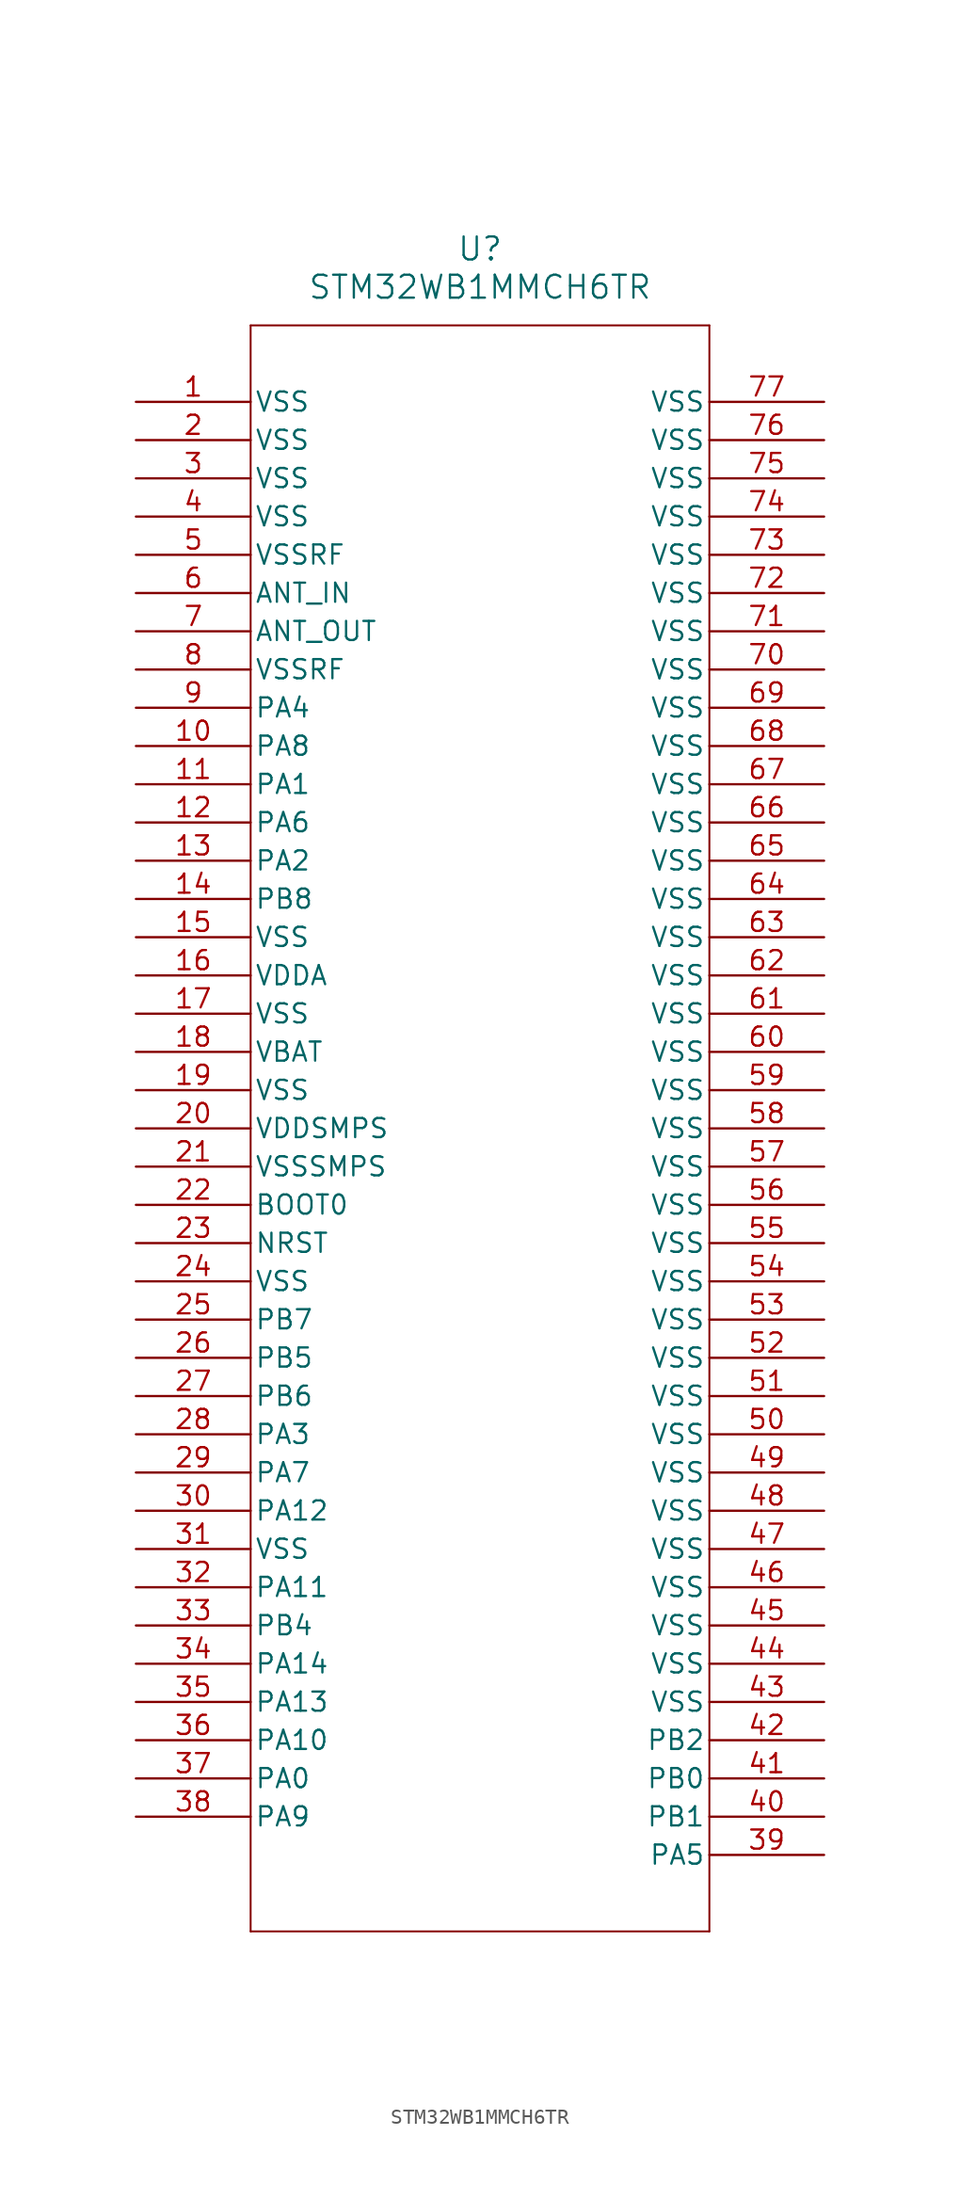
<source format=kicad_sym>
(kicad_symbol_lib
  (version 20211014)
  (generator kicad_symbol_editor)
  (symbol "STM32WB1MMCH6TR"
    (pin_names
      (offset 0.254))
    (property "Reference" "U"
      (at 22.86 10.16 0)
      (effects (font (size 1.524 1.524))))
    (property "Value" "STM32WB1MMCH6TR"
      (at 22.86 7.62 0)
      (effects (font (size 1.524 1.524))))
    (symbol "STM32WB1MMCH6TR_0_1"
      (polyline (pts (xy 7.62 5.08) (xy 7.62 -101.6)) (stroke (width 0.127) (type default) (color 0 0 0 0)) (fill (type none)))
      (polyline (pts (xy 7.62 -101.6) (xy 38.1 -101.6)) (stroke (width 0.127) (type default) (color 0 0 0 0)) (fill (type none)))
      (polyline (pts (xy 38.1 -101.6) (xy 38.1 5.08)) (stroke (width 0.127) (type default) (color 0 0 0 0)) (fill (type none)))
      (polyline (pts (xy 38.1 5.08) (xy 7.62 5.08)) (stroke (width 0.127) (type default) (color 0 0 0 0)) (fill (type none)))
      (pin power_in line (at 0 0 0) (length 7.62) (name "VSS" (effects (font (size 1.27 1.27)))) (number "1" (effects (font (size 1.27 1.27)))))
      (pin power_in line (at 0 -2.54 0) (length 7.62) (name "VSS" (effects (font (size 1.27 1.27)))) (number "2" (effects (font (size 1.27 1.27)))))
      (pin power_in line (at 0 -5.08 0) (length 7.62) (name "VSS" (effects (font (size 1.27 1.27)))) (number "3" (effects (font (size 1.27 1.27)))))
      (pin power_in line (at 0 -7.62 0) (length 7.62) (name "VSS" (effects (font (size 1.27 1.27)))) (number "4" (effects (font (size 1.27 1.27)))))
      (pin power_in line (at 0 -10.16 0) (length 7.62) (name "VSSRF" (effects (font (size 1.27 1.27)))) (number "5" (effects (font (size 1.27 1.27)))))
      (pin input line (at 0 -12.7 0) (length 7.62) (name "ANT_IN" (effects (font (size 1.27 1.27)))) (number "6" (effects (font (size 1.27 1.27)))))
      (pin output line (at 0 -15.24 0) (length 7.62) (name "ANT_OUT" (effects (font (size 1.27 1.27)))) (number "7" (effects (font (size 1.27 1.27)))))
      (pin power_in line (at 0 -17.78 0) (length 7.62) (name "VSSRF" (effects (font (size 1.27 1.27)))) (number "8" (effects (font (size 1.27 1.27)))))
      (pin bidirectional line (at 0 -20.32 0) (length 7.62) (name "PA4" (effects (font (size 1.27 1.27)))) (number "9" (effects (font (size 1.27 1.27)))))
      (pin bidirectional line (at 0 -22.86 0) (length 7.62) (name "PA8" (effects (font (size 1.27 1.27)))) (number "10" (effects (font (size 1.27 1.27)))))
      (pin bidirectional line (at 0 -25.4 0) (length 7.62) (name "PA1" (effects (font (size 1.27 1.27)))) (number "11" (effects (font (size 1.27 1.27)))))
      (pin bidirectional line (at 0 -27.94 0) (length 7.62) (name "PA6" (effects (font (size 1.27 1.27)))) (number "12" (effects (font (size 1.27 1.27)))))
      (pin bidirectional line (at 0 -30.48 0) (length 7.62) (name "PA2" (effects (font (size 1.27 1.27)))) (number "13" (effects (font (size 1.27 1.27)))))
      (pin bidirectional line (at 0 -33.02 0) (length 7.62) (name "PB8" (effects (font (size 1.27 1.27)))) (number "14" (effects (font (size 1.27 1.27)))))
      (pin power_in line (at 0 -35.56 0) (length 7.62) (name "VSS" (effects (font (size 1.27 1.27)))) (number "15" (effects (font (size 1.27 1.27)))))
      (pin power_in line (at 0 -38.1 0) (length 7.62) (name "VDDA" (effects (font (size 1.27 1.27)))) (number "16" (effects (font (size 1.27 1.27)))))
      (pin power_in line (at 0 -40.64 0) (length 7.62) (name "VSS" (effects (font (size 1.27 1.27)))) (number "17" (effects (font (size 1.27 1.27)))))
      (pin power_in line (at 0 -43.18 0) (length 7.62) (name "VBAT" (effects (font (size 1.27 1.27)))) (number "18" (effects (font (size 1.27 1.27)))))
      (pin power_in line (at 0 -45.72 0) (length 7.62) (name "VSS" (effects (font (size 1.27 1.27)))) (number "19" (effects (font (size 1.27 1.27)))))
      (pin power_in line (at 0 -48.26 0) (length 7.62) (name "VDDSMPS" (effects (font (size 1.27 1.27)))) (number "20" (effects (font (size 1.27 1.27)))))
      (pin power_in line (at 0 -50.8 0) (length 7.62) (name "VSSSMPS" (effects (font (size 1.27 1.27)))) (number "21" (effects (font (size 1.27 1.27)))))
      (pin input line (at 0 -53.34 0) (length 7.62) (name "BOOT0" (effects (font (size 1.27 1.27)))) (number "22" (effects (font (size 1.27 1.27)))))
      (pin bidirectional line (at 0 -55.88 0) (length 7.62) (name "NRST" (effects (font (size 1.27 1.27)))) (number "23" (effects (font (size 1.27 1.27)))))
      (pin power_in line (at 0 -58.42 0) (length 7.62) (name "VSS" (effects (font (size 1.27 1.27)))) (number "24" (effects (font (size 1.27 1.27)))))
      (pin bidirectional line (at 0 -60.96 0) (length 7.62) (name "PB7" (effects (font (size 1.27 1.27)))) (number "25" (effects (font (size 1.27 1.27)))))
      (pin bidirectional line (at 0 -63.5 0) (length 7.62) (name "PB5" (effects (font (size 1.27 1.27)))) (number "26" (effects (font (size 1.27 1.27)))))
      (pin bidirectional line (at 0 -66.04 0) (length 7.62) (name "PB6" (effects (font (size 1.27 1.27)))) (number "27" (effects (font (size 1.27 1.27)))))
      (pin bidirectional line (at 0 -68.58 0) (length 7.62) (name "PA3" (effects (font (size 1.27 1.27)))) (number "28" (effects (font (size 1.27 1.27)))))
      (pin bidirectional line (at 0 -71.12 0) (length 7.62) (name "PA7" (effects (font (size 1.27 1.27)))) (number "29" (effects (font (size 1.27 1.27)))))
      (pin bidirectional line (at 0 -73.66 0) (length 7.62) (name "PA12" (effects (font (size 1.27 1.27)))) (number "30" (effects (font (size 1.27 1.27)))))
      (pin power_in line (at 0 -76.2 0) (length 7.62) (name "VSS" (effects (font (size 1.27 1.27)))) (number "31" (effects (font (size 1.27 1.27)))))
      (pin bidirectional line (at 0 -78.74 0) (length 7.62) (name "PA11" (effects (font (size 1.27 1.27)))) (number "32" (effects (font (size 1.27 1.27)))))
      (pin bidirectional line (at 0 -81.28 0) (length 7.62) (name "PB4" (effects (font (size 1.27 1.27)))) (number "33" (effects (font (size 1.27 1.27)))))
      (pin bidirectional line (at 0 -83.82 0) (length 7.62) (name "PA14" (effects (font (size 1.27 1.27)))) (number "34" (effects (font (size 1.27 1.27)))))
      (pin bidirectional line (at 0 -86.36 0) (length 7.62) (name "PA13" (effects (font (size 1.27 1.27)))) (number "35" (effects (font (size 1.27 1.27)))))
      (pin bidirectional line (at 0 -88.9 0) (length 7.62) (name "PA10" (effects (font (size 1.27 1.27)))) (number "36" (effects (font (size 1.27 1.27)))))
      (pin bidirectional line (at 0 -91.44 0) (length 7.62) (name "PA0" (effects (font (size 1.27 1.27)))) (number "37" (effects (font (size 1.27 1.27)))))
      (pin bidirectional line (at 0 -93.98 0) (length 7.62) (name "PA9" (effects (font (size 1.27 1.27)))) (number "38" (effects (font (size 1.27 1.27)))))
      (pin bidirectional line (at 45.72 -96.52 180) (length 7.62) (name "PA5" (effects (font (size 1.27 1.27)))) (number "39" (effects (font (size 1.27 1.27)))))
      (pin bidirectional line (at 45.72 -93.98 180) (length 7.62) (name "PB1" (effects (font (size 1.27 1.27)))) (number "40" (effects (font (size 1.27 1.27)))))
      (pin bidirectional line (at 45.72 -91.44 180) (length 7.62) (name "PB0" (effects (font (size 1.27 1.27)))) (number "41" (effects (font (size 1.27 1.27)))))
      (pin bidirectional line (at 45.72 -88.9 180) (length 7.62) (name "PB2" (effects (font (size 1.27 1.27)))) (number "42" (effects (font (size 1.27 1.27)))))
      (pin power_in line (at 45.72 -86.36 180) (length 7.62) (name "VSS" (effects (font (size 1.27 1.27)))) (number "43" (effects (font (size 1.27 1.27)))))
      (pin power_in line (at 45.72 -83.82 180) (length 7.62) (name "VSS" (effects (font (size 1.27 1.27)))) (number "44" (effects (font (size 1.27 1.27)))))
      (pin power_in line (at 45.72 -81.28 180) (length 7.62) (name "VSS" (effects (font (size 1.27 1.27)))) (number "45" (effects (font (size 1.27 1.27)))))
      (pin power_in line (at 45.72 -78.74 180) (length 7.62) (name "VSS" (effects (font (size 1.27 1.27)))) (number "46" (effects (font (size 1.27 1.27)))))
      (pin power_in line (at 45.72 -76.2 180) (length 7.62) (name "VSS" (effects (font (size 1.27 1.27)))) (number "47" (effects (font (size 1.27 1.27)))))
      (pin power_in line (at 45.72 -73.66 180) (length 7.62) (name "VSS" (effects (font (size 1.27 1.27)))) (number "48" (effects (font (size 1.27 1.27)))))
      (pin power_in line (at 45.72 -71.12 180) (length 7.62) (name "VSS" (effects (font (size 1.27 1.27)))) (number "49" (effects (font (size 1.27 1.27)))))
      (pin power_in line (at 45.72 -68.58 180) (length 7.62) (name "VSS" (effects (font (size 1.27 1.27)))) (number "50" (effects (font (size 1.27 1.27)))))
      (pin power_in line (at 45.72 -66.04 180) (length 7.62) (name "VSS" (effects (font (size 1.27 1.27)))) (number "51" (effects (font (size 1.27 1.27)))))
      (pin power_in line (at 45.72 -63.5 180) (length 7.62) (name "VSS" (effects (font (size 1.27 1.27)))) (number "52" (effects (font (size 1.27 1.27)))))
      (pin power_in line (at 45.72 -60.96 180) (length 7.62) (name "VSS" (effects (font (size 1.27 1.27)))) (number "53" (effects (font (size 1.27 1.27)))))
      (pin power_in line (at 45.72 -58.42 180) (length 7.62) (name "VSS" (effects (font (size 1.27 1.27)))) (number "54" (effects (font (size 1.27 1.27)))))
      (pin power_in line (at 45.72 -55.88 180) (length 7.62) (name "VSS" (effects (font (size 1.27 1.27)))) (number "55" (effects (font (size 1.27 1.27)))))
      (pin power_in line (at 45.72 -53.34 180) (length 7.62) (name "VSS" (effects (font (size 1.27 1.27)))) (number "56" (effects (font (size 1.27 1.27)))))
      (pin power_in line (at 45.72 -50.8 180) (length 7.62) (name "VSS" (effects (font (size 1.27 1.27)))) (number "57" (effects (font (size 1.27 1.27)))))
      (pin power_in line (at 45.72 -48.26 180) (length 7.62) (name "VSS" (effects (font (size 1.27 1.27)))) (number "58" (effects (font (size 1.27 1.27)))))
      (pin power_in line (at 45.72 -45.72 180) (length 7.62) (name "VSS" (effects (font (size 1.27 1.27)))) (number "59" (effects (font (size 1.27 1.27)))))
      (pin power_in line (at 45.72 -43.18 180) (length 7.62) (name "VSS" (effects (font (size 1.27 1.27)))) (number "60" (effects (font (size 1.27 1.27)))))
      (pin power_in line (at 45.72 -40.64 180) (length 7.62) (name "VSS" (effects (font (size 1.27 1.27)))) (number "61" (effects (font (size 1.27 1.27)))))
      (pin power_in line (at 45.72 -38.1 180) (length 7.62) (name "VSS" (effects (font (size 1.27 1.27)))) (number "62" (effects (font (size 1.27 1.27)))))
      (pin power_in line (at 45.72 -35.56 180) (length 7.62) (name "VSS" (effects (font (size 1.27 1.27)))) (number "63" (effects (font (size 1.27 1.27)))))
      (pin power_in line (at 45.72 -33.02 180) (length 7.62) (name "VSS" (effects (font (size 1.27 1.27)))) (number "64" (effects (font (size 1.27 1.27)))))
      (pin power_in line (at 45.72 -30.48 180) (length 7.62) (name "VSS" (effects (font (size 1.27 1.27)))) (number "65" (effects (font (size 1.27 1.27)))))
      (pin power_in line (at 45.72 -27.94 180) (length 7.62) (name "VSS" (effects (font (size 1.27 1.27)))) (number "66" (effects (font (size 1.27 1.27)))))
      (pin power_in line (at 45.72 -25.4 180) (length 7.62) (name "VSS" (effects (font (size 1.27 1.27)))) (number "67" (effects (font (size 1.27 1.27)))))
      (pin power_in line (at 45.72 -22.86 180) (length 7.62) (name "VSS" (effects (font (size 1.27 1.27)))) (number "68" (effects (font (size 1.27 1.27)))))
      (pin power_in line (at 45.72 -20.32 180) (length 7.62) (name "VSS" (effects (font (size 1.27 1.27)))) (number "69" (effects (font (size 1.27 1.27)))))
      (pin power_in line (at 45.72 -17.78 180) (length 7.62) (name "VSS" (effects (font (size 1.27 1.27)))) (number "70" (effects (font (size 1.27 1.27)))))
      (pin power_in line (at 45.72 -15.24 180) (length 7.62) (name "VSS" (effects (font (size 1.27 1.27)))) (number "71" (effects (font (size 1.27 1.27)))))
      (pin power_in line (at 45.72 -12.7 180) (length 7.62) (name "VSS" (effects (font (size 1.27 1.27)))) (number "72" (effects (font (size 1.27 1.27)))))
      (pin power_in line (at 45.72 -10.16 180) (length 7.62) (name "VSS" (effects (font (size 1.27 1.27)))) (number "73" (effects (font (size 1.27 1.27)))))
      (pin power_in line (at 45.72 -7.62 180) (length 7.62) (name "VSS" (effects (font (size 1.27 1.27)))) (number "74" (effects (font (size 1.27 1.27)))))
      (pin power_in line (at 45.72 -5.08 180) (length 7.62) (name "VSS" (effects (font (size 1.27 1.27)))) (number "75" (effects (font (size 1.27 1.27)))))
      (pin power_in line (at 45.72 -2.54 180) (length 7.62) (name "VSS" (effects (font (size 1.27 1.27)))) (number "76" (effects (font (size 1.27 1.27)))))
      (pin power_in line (at 45.72 0 180) (length 7.62) (name "VSS" (effects (font (size 1.27 1.27)))) (number "77" (effects (font (size 1.27 1.27))))))))
</source>
